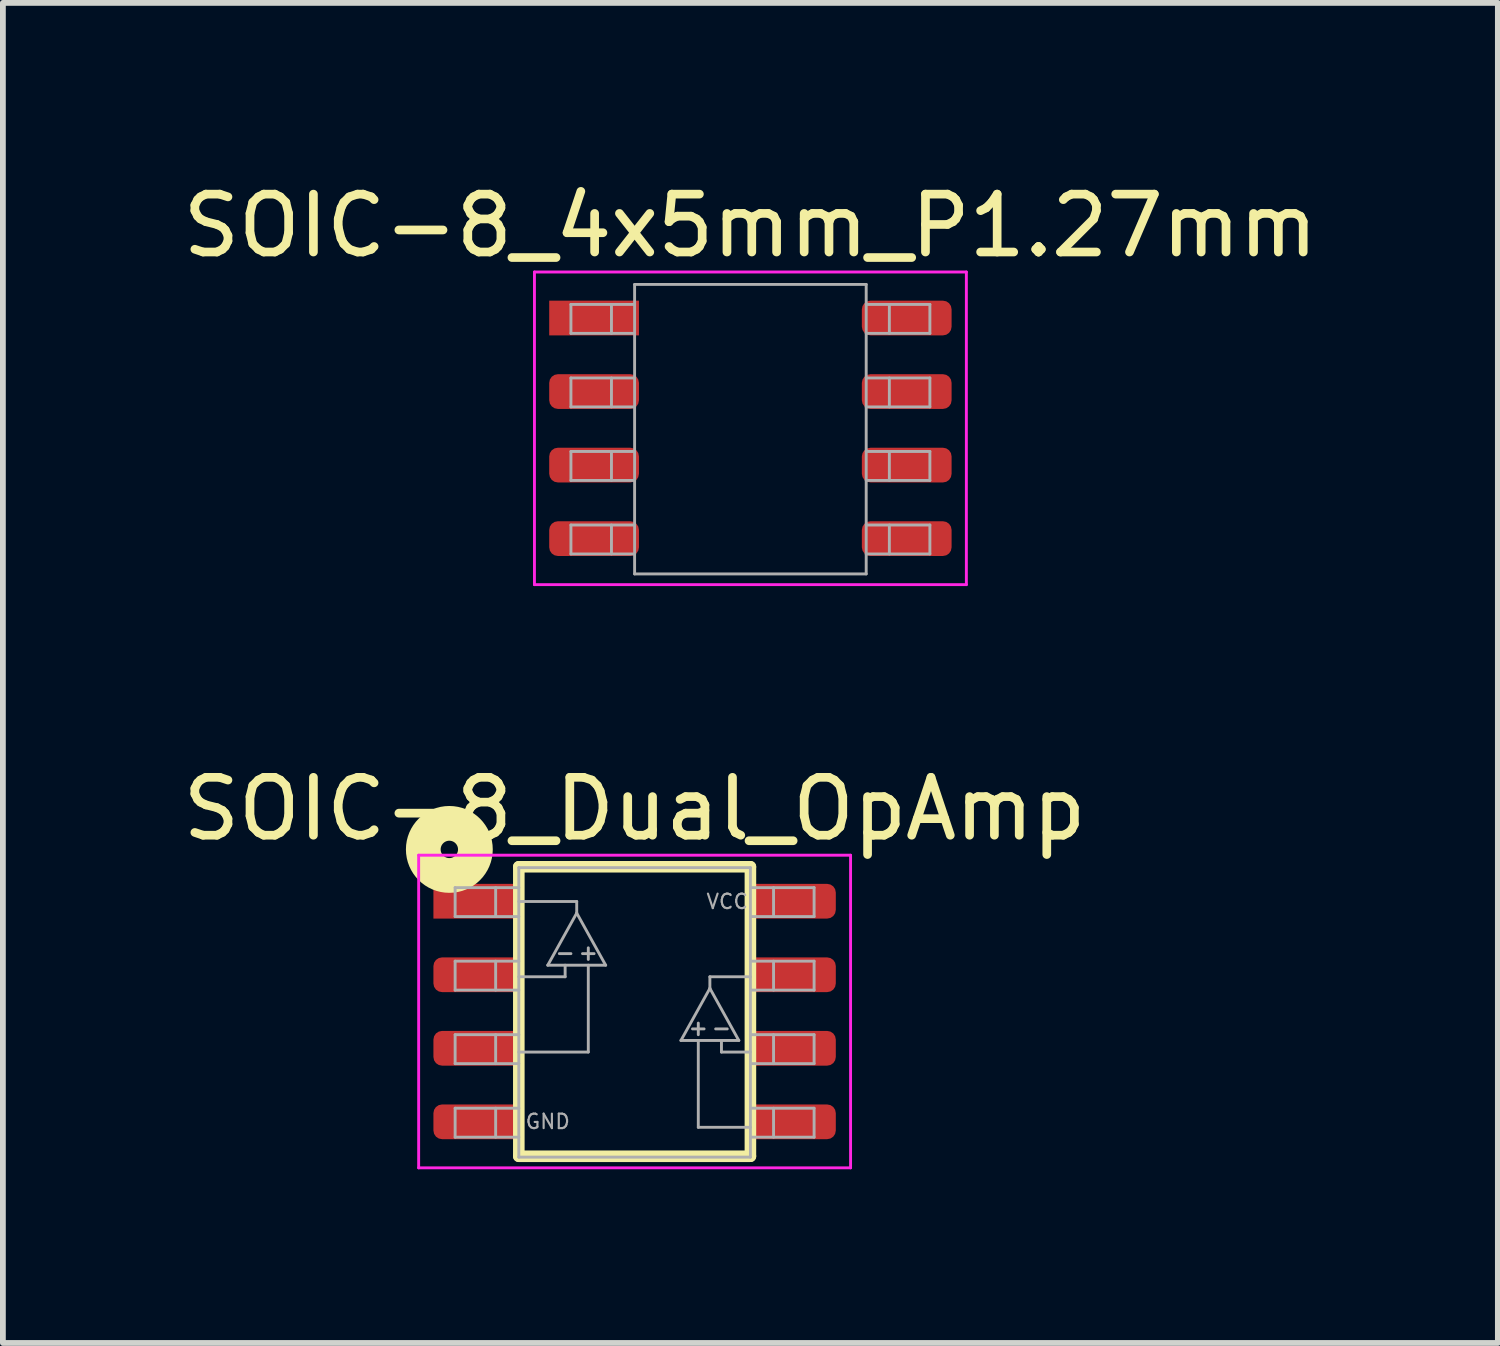
<source format=kicad_pcb>
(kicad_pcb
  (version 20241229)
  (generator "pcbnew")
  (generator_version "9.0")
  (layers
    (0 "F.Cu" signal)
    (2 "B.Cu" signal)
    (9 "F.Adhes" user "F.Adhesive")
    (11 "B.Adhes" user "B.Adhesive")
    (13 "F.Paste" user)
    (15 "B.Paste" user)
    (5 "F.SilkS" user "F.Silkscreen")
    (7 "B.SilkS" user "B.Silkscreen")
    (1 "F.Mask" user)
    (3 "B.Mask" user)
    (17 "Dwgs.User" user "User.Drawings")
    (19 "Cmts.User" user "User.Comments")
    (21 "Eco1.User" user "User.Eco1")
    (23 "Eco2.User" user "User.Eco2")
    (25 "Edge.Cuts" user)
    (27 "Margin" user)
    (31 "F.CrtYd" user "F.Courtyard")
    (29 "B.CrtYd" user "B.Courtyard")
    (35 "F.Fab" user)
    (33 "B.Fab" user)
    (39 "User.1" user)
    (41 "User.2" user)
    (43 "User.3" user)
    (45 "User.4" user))
  (footprint "SOIC-8_4x5mm_P1.27mm"
    (layer "F.Cu")
    (at 9.911 4.348)
    (property "Reference" "SOIC-8_4x5mm_P1.27mm" (at 0 -3.5 0) (layer "F.SilkS") (effects (font (size 1 1) (thickness 0.15))))
    (attr smd)
    (fp_line (start -3.73 -2.7) (end -3.73 2.7) (stroke (width 0.05) (type solid)) (layer "F.CrtYd"))
    (fp_line (start -3.73 -2.7) (end 3.73 -2.7) (stroke (width 0.05) (type solid)) (layer "F.CrtYd"))
    (fp_line (start -3.73 2.7) (end 3.73 2.7) (stroke (width 0.05) (type solid)) (layer "F.CrtYd"))
    (fp_line (start 3.73 -2.7) (end 3.73 2.7) (stroke (width 0.05) (type solid)) (layer "F.CrtYd"))
    (fp_line (start -3.1 -0.37) (end -2 -0.37) (stroke (width 0.05) (type solid)) (layer "F.Fab"))
    (fp_line (start -3.1 0.4) (end -3.1 0.9) (stroke (width 0.05) (type solid)) (layer "F.Fab"))
    (fp_line (start -3.1 0.9) (end -2 0.9) (stroke (width 0.05) (type solid)) (layer "F.Fab"))
    (fp_line (start -3.1 1.67) (end -3.1 2.17) (stroke (width 0.05) (type solid)) (layer "F.Fab"))
    (fp_line (start -3.1 2.17) (end -2 2.17) (stroke (width 0.05) (type solid)) (layer "F.Fab"))
    (fp_line (start -3.1 -2.14) (end -3.1 -1.64) (stroke (width 0.05) (type solid)) (layer "F.Fab"))
    (fp_line (start -3.1 -1.64) (end -2 -1.64) (stroke (width 0.05) (type solid)) (layer "F.Fab"))
    (fp_line (start -3.1 -0.87) (end -3.1 -0.37) (stroke (width 0.05) (type solid)) (layer "F.Fab"))
    (fp_line (start -2.4 -2.14) (end -2.4 -1.64) (stroke (width 0.05) (type solid)) (layer "F.Fab"))
    (fp_line (start -2.4 -0.87) (end -2.4 -0.37) (stroke (width 0.05) (type solid)) (layer "F.Fab"))
    (fp_line (start -2.4 0.4) (end -2.4 0.9) (stroke (width 0.05) (type solid)) (layer "F.Fab"))
    (fp_line (start -2.4 1.67) (end -2.4 2.17) (stroke (width 0.05) (type solid)) (layer "F.Fab"))
    (fp_line (start -2 -2.485) (end -2 2.515) (stroke (width 0.05) (type solid)) (layer "F.Fab"))
    (fp_line (start -2 -0.87) (end -3.1 -0.87) (stroke (width 0.05) (type solid)) (layer "F.Fab"))
    (fp_line (start -2 0.4) (end -3.1 0.4) (stroke (width 0.05) (type solid)) (layer "F.Fab"))
    (fp_line (start -2 1.67) (end -3.1 1.67) (stroke (width 0.05) (type solid)) (layer "F.Fab"))
    (fp_line (start -2 2.515) (end 2 2.515) (stroke (width 0.05) (type solid)) (layer "F.Fab"))
    (fp_line (start -2 -2.14) (end -3.1 -2.14) (stroke (width 0.05) (type solid)) (layer "F.Fab"))
    (fp_line (start 2 -2.485) (end -2 -2.485) (stroke (width 0.05) (type solid)) (layer "F.Fab"))
    (fp_line (start 2 -2.14) (end 3.1 -2.14) (stroke (width 0.05) (type solid)) (layer "F.Fab"))
    (fp_line (start 2 -0.87) (end 3.1 -0.87) (stroke (width 0.05) (type solid)) (layer "F.Fab"))
    (fp_line (start 2 0.4) (end 3.1 0.4) (stroke (width 0.05) (type solid)) (layer "F.Fab"))
    (fp_line (start 2 1.67) (end 3.1 1.67) (stroke (width 0.05) (type solid)) (layer "F.Fab"))
    (fp_line (start 2 2.515) (end 2 -2.485) (stroke (width 0.05) (type solid)) (layer "F.Fab"))
    (fp_line (start 2.4 -2.14) (end 2.4 -1.64) (stroke (width 0.05) (type solid)) (layer "F.Fab"))
    (fp_line (start 2.4 -0.87) (end 2.4 -0.37) (stroke (width 0.05) (type solid)) (layer "F.Fab"))
    (fp_line (start 2.4 0.4) (end 2.4 0.9) (stroke (width 0.05) (type solid)) (layer "F.Fab"))
    (fp_line (start 2.4 1.67) (end 2.4 2.17) (stroke (width 0.05) (type solid)) (layer "F.Fab"))
    (fp_line (start 3.1 -2.14) (end 3.1 -1.64) (stroke (width 0.05) (type solid)) (layer "F.Fab"))
    (fp_line (start 3.1 -1.64) (end 2 -1.64) (stroke (width 0.05) (type solid)) (layer "F.Fab"))
    (fp_line (start 3.1 -0.87) (end 3.1 -0.37) (stroke (width 0.05) (type solid)) (layer "F.Fab"))
    (fp_line (start 3.1 -0.37) (end 2 -0.37) (stroke (width 0.05) (type solid)) (layer "F.Fab"))
    (fp_line (start 3.1 0.4) (end 3.1 0.9) (stroke (width 0.05) (type solid)) (layer "F.Fab"))
    (fp_line (start 3.1 0.9) (end 2 0.9) (stroke (width 0.05) (type solid)) (layer "F.Fab"))
    (fp_line (start 3.1 1.67) (end 3.1 2.17) (stroke (width 0.05) (type solid)) (layer "F.Fab"))
    (fp_line (start 3.1 2.17) (end 2 2.17) (stroke (width 0.05) (type solid)) (layer "F.Fab"))
    (pad "1" smd rect (at -2.7 -1.905) (size 1.55 0.6) (layers "F.Cu" "F.Mask" "F.Paste"))
    (pad "2" smd roundrect (at -2.7 -0.635) (size 1.55 0.6) (layers "F.Cu" "F.Mask" "F.Paste") (roundrect_rratio 0.25))
    (pad "3" smd roundrect (at -2.7 0.635) (size 1.55 0.6) (layers "F.Cu" "F.Mask" "F.Paste") (roundrect_rratio 0.25))
    (pad "4" smd roundrect (at -2.7 1.905) (size 1.55 0.6) (layers "F.Cu" "F.Mask" "F.Paste") (roundrect_rratio 0.25))
    (pad "5" smd roundrect (at 2.7 1.905) (size 1.55 0.6) (layers "F.Cu" "F.Mask" "F.Paste") (roundrect_rratio 0.25))
    (pad "6" smd roundrect (at 2.7 0.635) (size 1.55 0.6) (layers "F.Cu" "F.Mask" "F.Paste") (roundrect_rratio 0.25))
    (pad "7" smd roundrect (at 2.7 -0.635) (size 1.55 0.6) (layers "F.Cu" "F.Mask" "F.Paste") (roundrect_rratio 0.25))
    (pad "8" smd roundrect (at 2.7 -1.905) (size 1.55 0.6) (layers "F.Cu" "F.Mask" "F.Paste") (roundrect_rratio 0.25)))
  (footprint "SOIC-8_Dual_OpAmp"
    (layer "F.Cu")
    (at 7.911 14.421)
    (property "Reference" "SOIC-8_Dual_OpAmp" (at 0 -3.5 0) (layer "F.SilkS") (effects (font (size 1 1) (thickness 0.15))))
    (attr smd)
    (fp_line (start -2 -2.5) (end 2 -2.5) (stroke (width 0.2) (type solid)) (layer "F.SilkS"))
    (fp_line (start -2 2.5) (end -2 -2.5) (stroke (width 0.2) (type solid)) (layer "F.SilkS"))
    (fp_line (start 2 -2.5) (end 2 2.5) (stroke (width 0.2) (type solid)) (layer "F.SilkS"))
    (fp_line (start 2 2.5) (end -2 2.5) (stroke (width 0.2) (type solid)) (layer "F.SilkS"))
    (fp_circle (center -3.2 -2.8) (end -3.05 -2.8) (stroke (width 0.6) (type solid)) (fill no) (layer "F.SilkS"))
    (fp_line (start -3.73 -2.7) (end -3.73 2.7) (stroke (width 0.05) (type solid)) (layer "F.CrtYd"))
    (fp_line (start -3.73 -2.7) (end 3.73 -2.7) (stroke (width 0.05) (type solid)) (layer "F.CrtYd"))
    (fp_line (start -3.73 2.7) (end 3.73 2.7) (stroke (width 0.05) (type solid)) (layer "F.CrtYd"))
    (fp_line (start 3.73 -2.7) (end 3.73 2.7) (stroke (width 0.05) (type solid)) (layer "F.CrtYd"))
    (fp_line (start -3.1 -0.37) (end -2 -0.37) (stroke (width 0.05) (type solid)) (layer "F.Fab"))
    (fp_line (start -3.1 0.4) (end -3.1 0.9) (stroke (width 0.05) (type solid)) (layer "F.Fab"))
    (fp_line (start -3.1 0.9) (end -2 0.9) (stroke (width 0.05) (type solid)) (layer "F.Fab"))
    (fp_line (start -3.1 1.67) (end -3.1 2.17) (stroke (width 0.05) (type solid)) (layer "F.Fab"))
    (fp_line (start -3.1 2.17) (end -2 2.17) (stroke (width 0.05) (type solid)) (layer "F.Fab"))
    (fp_line (start -3.1 -2.14) (end -3.1 -1.64) (stroke (width 0.05) (type solid)) (layer "F.Fab"))
    (fp_line (start -3.1 -1.64) (end -2 -1.64) (stroke (width 0.05) (type solid)) (layer "F.Fab"))
    (fp_line (start -3.1 -0.87) (end -3.1 -0.37) (stroke (width 0.05) (type solid)) (layer "F.Fab"))
    (fp_line (start -2.4 -2.14) (end -2.4 -1.64) (stroke (width 0.05) (type solid)) (layer "F.Fab"))
    (fp_line (start -2.4 -0.87) (end -2.4 -0.37) (stroke (width 0.05) (type solid)) (layer "F.Fab"))
    (fp_line (start -2.4 0.4) (end -2.4 0.9) (stroke (width 0.05) (type solid)) (layer "F.Fab"))
    (fp_line (start -2.4 1.67) (end -2.4 2.17) (stroke (width 0.05) (type solid)) (layer "F.Fab"))
    (fp_line (start -2 -2.485) (end -2 2.515) (stroke (width 0.05) (type solid)) (layer "F.Fab"))
    (fp_line (start -2 -1.9) (end -1 -1.9) (stroke (width 0.05) (type solid)) (layer "F.Fab"))
    (fp_line (start -2 -0.87) (end -3.1 -0.87) (stroke (width 0.05) (type solid)) (layer "F.Fab"))
    (fp_line (start -2 -0.6) (end -1.2 -0.6) (stroke (width 0.05) (type solid)) (layer "F.Fab"))
    (fp_line (start -2 0.4) (end -3.1 0.4) (stroke (width 0.05) (type solid)) (layer "F.Fab"))
    (fp_line (start -2 1.67) (end -3.1 1.67) (stroke (width 0.05) (type solid)) (layer "F.Fab"))
    (fp_line (start -2 2.515) (end 2 2.515) (stroke (width 0.05) (type solid)) (layer "F.Fab"))
    (fp_line (start -2 -2.14) (end -3.1 -2.14) (stroke (width 0.05) (type solid)) (layer "F.Fab"))
    (fp_line (start -1.5 -0.8) (end -1 -1.7) (stroke (width 0.05) (type solid)) (layer "F.Fab"))
    (fp_line (start -1.3 -1) (end -1.1 -1) (stroke (width 0.05) (type solid)) (layer "F.Fab"))
    (fp_line (start -1.2 -0.6) (end -1.2 -0.8) (stroke (width 0.05) (type solid)) (layer "F.Fab"))
    (fp_line (start -1 -1.9) (end -1 -1.7) (stroke (width 0.05) (type solid)) (layer "F.Fab"))
    (fp_line (start -1 -1.7) (end -0.5 -0.8) (stroke (width 0.05) (type solid)) (layer "F.Fab"))
    (fp_line (start -0.9 -1) (end -0.7 -1) (stroke (width 0.05) (type solid)) (layer "F.Fab"))
    (fp_line (start -0.8 -1.1) (end -0.8 -0.9) (stroke (width 0.05) (type solid)) (layer "F.Fab"))
    (fp_line (start -0.8 -0.8) (end -0.8 0.7) (stroke (width 0.05) (type solid)) (layer "F.Fab"))
    (fp_line (start -0.8 0.7) (end -2 0.7) (stroke (width 0.05) (type solid)) (layer "F.Fab"))
    (fp_line (start -0.5 -0.8) (end -1.5 -0.8) (stroke (width 0.05) (type solid)) (layer "F.Fab"))
    (fp_line (start 0.8 0.5) (end 1.3 -0.4) (stroke (width 0.05) (type solid)) (layer "F.Fab"))
    (fp_line (start 1 0.3) (end 1.2 0.3) (stroke (width 0.05) (type solid)) (layer "F.Fab"))
    (fp_line (start 1.1 0.2) (end 1.1 0.4) (stroke (width 0.05) (type solid)) (layer "F.Fab"))
    (fp_line (start 1.1 0.5) (end 1.1 2) (stroke (width 0.05) (type solid)) (layer "F.Fab"))
    (fp_line (start 1.3 -0.6) (end 1.3 -0.4) (stroke (width 0.05) (type solid)) (layer "F.Fab"))
    (fp_line (start 1.3 -0.4) (end 1.8 0.5) (stroke (width 0.05) (type solid)) (layer "F.Fab"))
    (fp_line (start 1.4 0.3) (end 1.6 0.3) (stroke (width 0.05) (type solid)) (layer "F.Fab"))
    (fp_line (start 1.5 0.7) (end 1.5 0.5) (stroke (width 0.05) (type solid)) (layer "F.Fab"))
    (fp_line (start 1.8 0.5) (end 0.8 0.5) (stroke (width 0.05) (type solid)) (layer "F.Fab"))
    (fp_line (start 2 -2.485) (end -2 -2.485) (stroke (width 0.05) (type solid)) (layer "F.Fab"))
    (fp_line (start 2 -2.14) (end 3.1 -2.14) (stroke (width 0.05) (type solid)) (layer "F.Fab"))
    (fp_line (start 2 -0.87) (end 3.1 -0.87) (stroke (width 0.05) (type solid)) (layer "F.Fab"))
    (fp_line (start 2 -0.6) (end 1.3 -0.6) (stroke (width 0.05) (type solid)) (layer "F.Fab"))
    (fp_line (start 2 0.4) (end 3.1 0.4) (stroke (width 0.05) (type solid)) (layer "F.Fab"))
    (fp_line (start 2 0.7) (end 1.5 0.7) (stroke (width 0.05) (type solid)) (layer "F.Fab"))
    (fp_line (start 2 1.67) (end 3.1 1.67) (stroke (width 0.05) (type solid)) (layer "F.Fab"))
    (fp_line (start 2 2) (end 1.1 2) (stroke (width 0.05) (type solid)) (layer "F.Fab"))
    (fp_line (start 2 2.515) (end 2 -2.485) (stroke (width 0.05) (type solid)) (layer "F.Fab"))
    (fp_line (start 2.4 -2.14) (end 2.4 -1.64) (stroke (width 0.05) (type solid)) (layer "F.Fab"))
    (fp_line (start 2.4 -0.87) (end 2.4 -0.37) (stroke (width 0.05) (type solid)) (layer "F.Fab"))
    (fp_line (start 2.4 0.4) (end 2.4 0.9) (stroke (width 0.05) (type solid)) (layer "F.Fab"))
    (fp_line (start 2.4 1.67) (end 2.4 2.17) (stroke (width 0.05) (type solid)) (layer "F.Fab"))
    (fp_line (start 3.1 -2.14) (end 3.1 -1.64) (stroke (width 0.05) (type solid)) (layer "F.Fab"))
    (fp_line (start 3.1 -1.64) (end 2 -1.64) (stroke (width 0.05) (type solid)) (layer "F.Fab"))
    (fp_line (start 3.1 -0.87) (end 3.1 -0.37) (stroke (width 0.05) (type solid)) (layer "F.Fab"))
    (fp_line (start 3.1 -0.37) (end 2 -0.37) (stroke (width 0.05) (type solid)) (layer "F.Fab"))
    (fp_line (start 3.1 0.4) (end 3.1 0.9) (stroke (width 0.05) (type solid)) (layer "F.Fab"))
    (fp_line (start 3.1 0.9) (end 2 0.9) (stroke (width 0.05) (type solid)) (layer "F.Fab"))
    (fp_line (start 3.1 1.67) (end 3.1 2.17) (stroke (width 0.05) (type solid)) (layer "F.Fab"))
    (fp_line (start 3.1 2.17) (end 2 2.17) (stroke (width 0.05) (type solid)) (layer "F.Fab"))
    (fp_text user "VCC" (at 1.6 -1.9 0) (layer "F.Fab") (effects (font (size 0.25 0.25) (thickness 0.037))))
    (fp_text user "GND" (at -1.5 1.9 0) (layer "F.Fab") (effects (font (size 0.25 0.25) (thickness 0.037))))
    (pad "1" smd rect (at -2.7 -1.905) (size 1.55 0.6) (layers "F.Cu" "F.Mask" "F.Paste"))
    (pad "2" smd roundrect (at -2.7 -0.635) (size 1.55 0.6) (layers "F.Cu" "F.Mask" "F.Paste") (roundrect_rratio 0.25))
    (pad "3" smd roundrect (at -2.7 0.635) (size 1.55 0.6) (layers "F.Cu" "F.Mask" "F.Paste") (roundrect_rratio 0.25))
    (pad "4" smd roundrect (at -2.7 1.905) (size 1.55 0.6) (layers "F.Cu" "F.Mask" "F.Paste") (roundrect_rratio 0.25))
    (pad "5" smd roundrect (at 2.7 1.905) (size 1.55 0.6) (layers "F.Cu" "F.Mask" "F.Paste") (roundrect_rratio 0.25))
    (pad "6" smd roundrect (at 2.7 0.635) (size 1.55 0.6) (layers "F.Cu" "F.Mask" "F.Paste") (roundrect_rratio 0.25))
    (pad "7" smd roundrect (at 2.7 -0.635) (size 1.55 0.6) (layers "F.Cu" "F.Mask" "F.Paste") (roundrect_rratio 0.25))
    (pad "8" smd roundrect (at 2.7 -1.905) (size 1.55 0.6) (layers "F.Cu" "F.Mask" "F.Paste") (roundrect_rratio 0.25)))
  (gr_rect
    (start -3 -3)
    (end 22.821 20.146)
    (stroke (width 0.1) (type default))
    (fill no)
    (layer "Edge.Cuts")))
</source>
